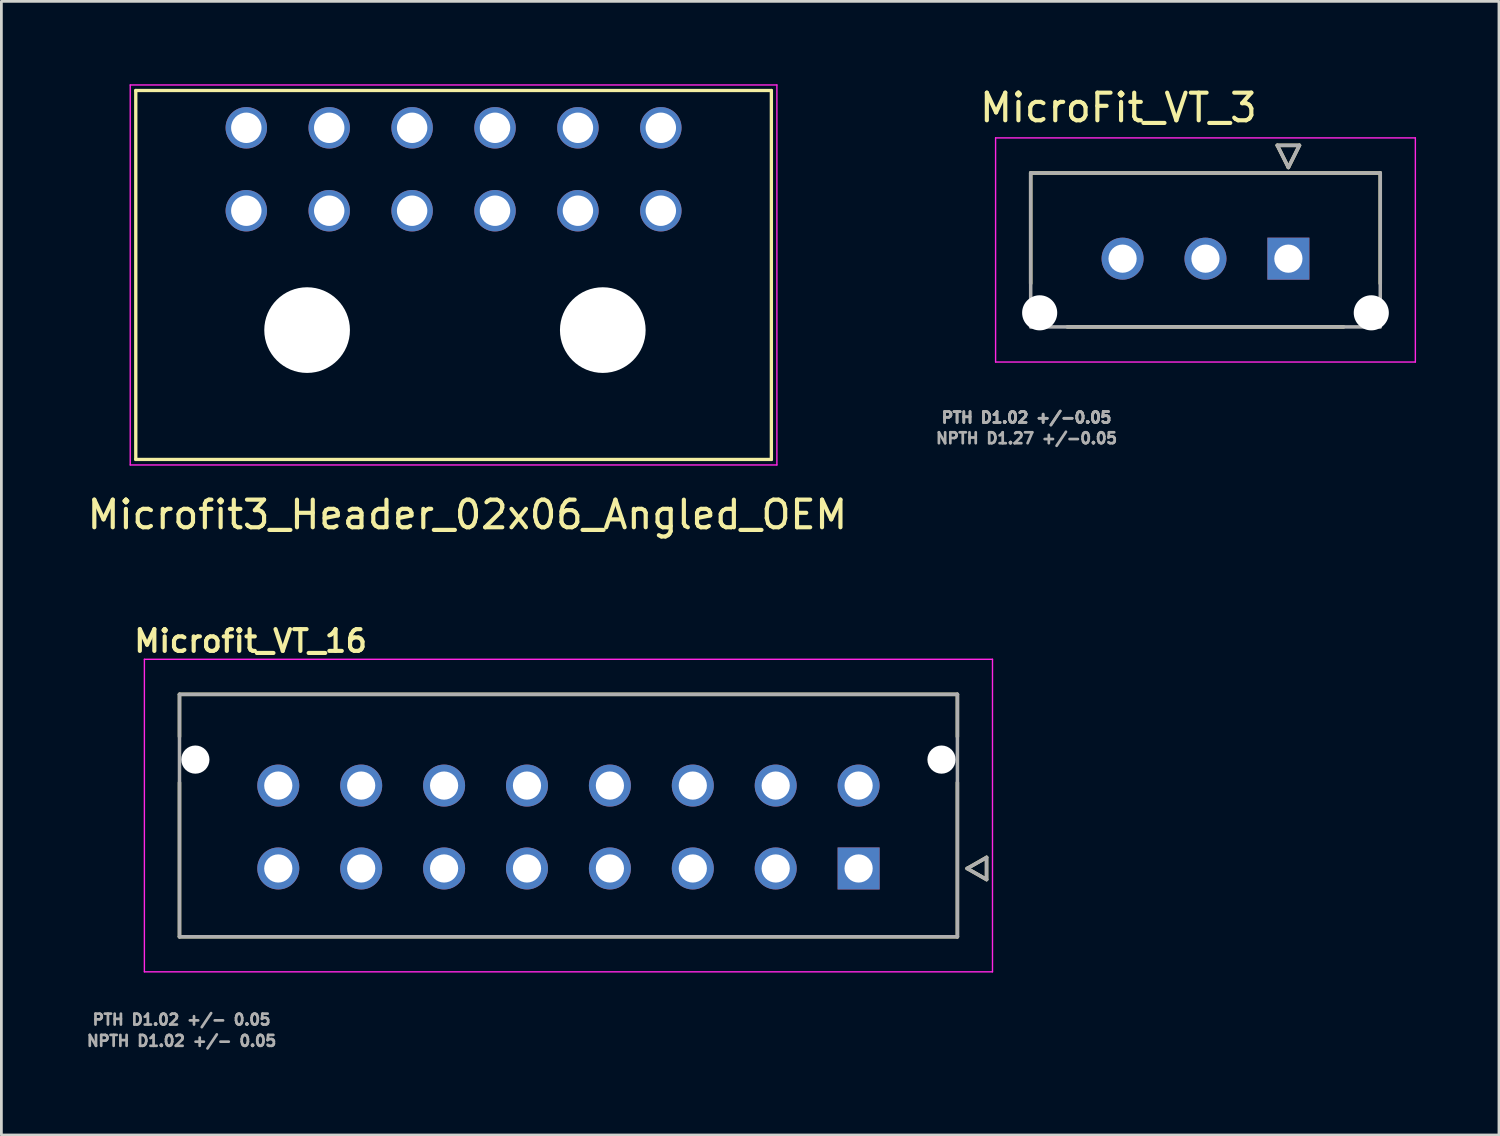
<source format=kicad_pcb>
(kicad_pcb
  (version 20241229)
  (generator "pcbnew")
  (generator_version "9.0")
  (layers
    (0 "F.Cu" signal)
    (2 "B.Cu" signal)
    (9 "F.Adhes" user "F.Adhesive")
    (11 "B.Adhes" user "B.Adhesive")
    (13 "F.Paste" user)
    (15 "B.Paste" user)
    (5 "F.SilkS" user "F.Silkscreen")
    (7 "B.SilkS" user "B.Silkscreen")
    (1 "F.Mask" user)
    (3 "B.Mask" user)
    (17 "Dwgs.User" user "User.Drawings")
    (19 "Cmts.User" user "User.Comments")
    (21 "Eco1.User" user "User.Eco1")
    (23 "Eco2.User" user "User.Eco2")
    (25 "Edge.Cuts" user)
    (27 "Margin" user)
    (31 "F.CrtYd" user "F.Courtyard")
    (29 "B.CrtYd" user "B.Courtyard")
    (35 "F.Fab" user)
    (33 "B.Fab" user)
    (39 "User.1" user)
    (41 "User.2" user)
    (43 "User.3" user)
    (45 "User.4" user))
  (footprint "MicroFit_VT_3"
    (layer "F.Cu")
    (at 43.572 6.31)
    (property "Reference" "MicroFit_VT_3" (at -6.15 -5.462 0) (layer "F.SilkS") (effects (font (size 1 1) (thickness 0.15))))
    (attr through_hole)
    (fp_circle (center -9 1.96) (end -8.644 1.96) (stroke (width 0.711) (type solid)) (fill no) (layer "F.Mask"))
    (fp_circle (center -6 0) (end -5.582 0) (stroke (width 0.836) (type solid)) (fill no) (layer "F.Mask"))
    (fp_circle (center -3 0) (end -2.582 0) (stroke (width 0.836) (type solid)) (fill no) (layer "F.Mask"))
    (fp_circle (center 3 1.96) (end 3.356 1.96) (stroke (width 0.711) (type solid)) (fill no) (layer "F.Mask"))
    (fp_poly (pts (xy -0.836 -0.836) (xy 0.836 -0.836) (xy 0.836 0.836) (xy -0.836 0.836)) (stroke (width 0.01) (type solid)) (fill yes) (layer "F.Mask"))
    (fp_circle (center -9 1.96) (end -8.644 1.96) (stroke (width 0.711) (type solid)) (fill no) (layer "B.Mask"))
    (fp_circle (center -6 0) (end -5.582 0) (stroke (width 0.836) (type solid)) (fill no) (layer "B.Mask"))
    (fp_circle (center -3 0) (end -2.582 0) (stroke (width 0.836) (type solid)) (fill no) (layer "B.Mask"))
    (fp_circle (center 3 1.96) (end 3.356 1.96) (stroke (width 0.711) (type solid)) (fill no) (layer "B.Mask"))
    (fp_poly (pts (xy -0.836 -0.836) (xy 0.836 -0.836) (xy 0.836 0.836) (xy -0.836 0.836)) (stroke (width 0.01) (type solid)) (fill yes) (layer "B.Mask"))
    (fp_line (start -9.325 -3.1) (end -9.325 0.9) (stroke (width 0.127) (type solid)) (layer "F.SilkS"))
    (fp_line (start -9.325 -3.1) (end 3.325 -3.1) (stroke (width 0.127) (type solid)) (layer "F.SilkS"))
    (fp_line (start -0.4 -4.1) (end 0.4 -4.1) (stroke (width 0.127) (type solid)) (layer "F.SilkS"))
    (fp_line (start 0 -3.3) (end -0.4 -4.1) (stroke (width 0.127) (type solid)) (layer "F.SilkS"))
    (fp_line (start 0.4 -4.1) (end 0 -3.3) (stroke (width 0.127) (type solid)) (layer "F.SilkS"))
    (fp_line (start 2 2.47) (end -8 2.47) (stroke (width 0.127) (type solid)) (layer "F.SilkS"))
    (fp_line (start 3.325 -3.1) (end 3.325 0.9) (stroke (width 0.127) (type solid)) (layer "F.SilkS"))
    (fp_line (start -10.595 -4.37) (end 4.595 -4.37) (stroke (width 0.05) (type solid)) (layer "F.CrtYd"))
    (fp_line (start -10.595 3.74) (end -10.595 -4.37) (stroke (width 0.05) (type solid)) (layer "F.CrtYd"))
    (fp_line (start 4.595 3.74) (end -10.595 3.74) (stroke (width 0.05) (type solid)) (layer "F.CrtYd"))
    (fp_line (start 4.595 3.74) (end 4.595 -4.37) (stroke (width 0.05) (type solid)) (layer "F.CrtYd"))
    (fp_line (start -9.325 -3.1) (end 3.325 -3.1) (stroke (width 0.127) (type solid)) (layer "F.Fab"))
    (fp_line (start -9.325 2.47) (end -9.325 -3.1) (stroke (width 0.127) (type solid)) (layer "F.Fab"))
    (fp_line (start -0.4 -4.1) (end 0.4 -4.1) (stroke (width 0.127) (type solid)) (layer "F.Fab"))
    (fp_line (start 0 -3.3) (end -0.4 -4.1) (stroke (width 0.127) (type solid)) (layer "F.Fab"))
    (fp_line (start 0.4 -4.1) (end 0 -3.3) (stroke (width 0.127) (type solid)) (layer "F.Fab"))
    (fp_line (start 3.325 2.47) (end -9.325 2.47) (stroke (width 0.127) (type solid)) (layer "F.Fab"))
    (fp_line (start 3.325 2.47) (end 3.325 -3.1) (stroke (width 0.127) (type solid)) (layer "F.Fab"))
    (fp_text user "PTH D1.02 +/-0.05 " (at -9.325 5.75 0) (layer "F.Fab") (effects (font (size 0.394 0.394) (thickness 0.15))))
    (fp_text user "NPTH D1.27 +/-0.05 " (at -9.325 6.5 0) (layer "F.Fab") (effects (font (size 0.394 0.394) (thickness 0.15))))
    (fp_text user "PTH D1.02 +/-0.05 " (at -9.325 5.75 0) (layer "F.Fab") (effects (font (size 0.394 0.394) (thickness 0.15))))
    (pad "" np_thru_hole circle (at -9 1.96) (size 1.27 1.27) (drill 1.27) (layers "*.Cu" "*.Mask"))
    (pad "" np_thru_hole circle (at 3 1.96) (size 1.27 1.27) (drill 1.27) (layers "*.Cu" "*.Mask"))
    (pad "1" thru_hole rect (at 0 0) (size 1.52 1.52) (drill 1.02) (layers "*.Cu"))
    (pad "2" thru_hole circle (at -3 0) (size 1.52 1.52) (drill 1.02) (layers "*.Cu"))
    (pad "3" thru_hole circle (at -6 0) (size 1.52 1.52) (drill 1.02) (layers "*.Cu")))
  (footprint "Microfit3_Header_02x06_Angled_OEM"
    (layer "F.Cu")
    (at 20.863 4.575)
    (property "Reference" "Microfit3_Header_02x06_Angled_OEM" (at -7 11 0) (layer "F.SilkS") (effects (font (size 1 1) (thickness 0.15))))
    (attr through_hole)
    (fp_line (start -19 -4.35) (end 4 -4.35) (stroke (width 0.12) (type solid)) (layer "F.SilkS"))
    (fp_line (start -19 9) (end -19 -4.35) (stroke (width 0.12) (type solid)) (layer "F.SilkS"))
    (fp_line (start 4 -4.35) (end 4 9) (stroke (width 0.12) (type solid)) (layer "F.SilkS"))
    (fp_line (start 4 9) (end -19 9) (stroke (width 0.12) (type solid)) (layer "F.SilkS"))
    (fp_line (start -19.2 -4.55) (end -19.2 9.2) (stroke (width 0.05) (type solid)) (layer "F.CrtYd"))
    (fp_line (start -19.2 9.2) (end 4.2 9.2) (stroke (width 0.05) (type solid)) (layer "F.CrtYd"))
    (fp_line (start 4.2 -4.55) (end -19.2 -4.55) (stroke (width 0.05) (type solid)) (layer "F.CrtYd"))
    (fp_line (start 4.2 9.2) (end 4.2 -4.55) (stroke (width 0.05) (type solid)) (layer "F.CrtYd"))
    (pad "" np_thru_hole circle (at -12.8 4.32) (size 3.1 3.1) (drill 3.1) (layers "*.Cu" "*.Mask"))
    (pad "" np_thru_hole circle (at -2.1 4.32) (size 3.1 3.1) (drill 3.1) (layers "*.Cu" "*.Mask"))
    (pad "1" thru_hole circle (at 0 0) (size 1.5 1.5) (drill 1.1) (layers "*.Cu" "*.Mask"))
    (pad "2" thru_hole circle (at -3 0) (size 1.5 1.5) (drill 1.1) (layers "*.Cu" "*.Mask"))
    (pad "3" thru_hole circle (at -6 0) (size 1.5 1.5) (drill 1.1) (layers "*.Cu" "*.Mask"))
    (pad "4" thru_hole circle (at -9 0) (size 1.5 1.5) (drill 1.1) (layers "*.Cu" "*.Mask"))
    (pad "5" thru_hole circle (at -12 0) (size 1.5 1.5) (drill 1.1) (layers "*.Cu" "*.Mask"))
    (pad "6" thru_hole circle (at -15 0) (size 1.5 1.5) (drill 1.1) (layers "*.Cu" "*.Mask"))
    (pad "7" thru_hole circle (at 0 -3) (size 1.5 1.5) (drill 1.1) (layers "*.Cu" "*.Mask"))
    (pad "8" thru_hole circle (at -3 -3) (size 1.5 1.5) (drill 1.1) (layers "*.Cu" "*.Mask"))
    (pad "9" thru_hole circle (at -6 -3) (size 1.5 1.5) (drill 1.1) (layers "*.Cu" "*.Mask"))
    (pad "10" thru_hole circle (at -9 -3) (size 1.5 1.5) (drill 1.1) (layers "*.Cu" "*.Mask"))
    (pad "11" thru_hole circle (at -12 -3) (size 1.5 1.5) (drill 1.1) (layers "*.Cu" "*.Mask"))
    (pad "12" thru_hole circle (at -15 -3) (size 1.5 1.5) (drill 1.1) (layers "*.Cu" "*.Mask")))
  (footprint "Microfit_VT_16"
    (layer "F.Cu")
    (at 28.02 28.377)
    (property "Reference" "Microfit_VT_16" (at -22 -8.23 0) (layer "F.SilkS") (effects (font (size 0.787 0.787) (thickness 0.15))))
    (attr through_hole)
    (fp_circle (center -24 -3.94) (end -23.707 -3.94) (stroke (width 0.586) (type solid)) (fill no) (layer "F.Mask"))
    (fp_circle (center -21 -3) (end -20.582 -3) (stroke (width 0.836) (type solid)) (fill no) (layer "F.Mask"))
    (fp_circle (center -21 0) (end -20.582 0) (stroke (width 0.836) (type solid)) (fill no) (layer "F.Mask"))
    (fp_circle (center -18 -3) (end -17.582 -3) (stroke (width 0.836) (type solid)) (fill no) (layer "F.Mask"))
    (fp_circle (center -18 0) (end -17.582 0) (stroke (width 0.836) (type solid)) (fill no) (layer "F.Mask"))
    (fp_circle (center -15 -3) (end -14.582 -3) (stroke (width 0.836) (type solid)) (fill no) (layer "F.Mask"))
    (fp_circle (center -15 0) (end -14.582 0) (stroke (width 0.836) (type solid)) (fill no) (layer "F.Mask"))
    (fp_circle (center -12 -3) (end -11.582 -3) (stroke (width 0.836) (type solid)) (fill no) (layer "F.Mask"))
    (fp_circle (center -12 0) (end -11.582 0) (stroke (width 0.836) (type solid)) (fill no) (layer "F.Mask"))
    (fp_circle (center -9 -3) (end -8.582 -3) (stroke (width 0.836) (type solid)) (fill no) (layer "F.Mask"))
    (fp_circle (center -9 0) (end -8.582 0) (stroke (width 0.836) (type solid)) (fill no) (layer "F.Mask"))
    (fp_circle (center -6 -3) (end -5.582 -3) (stroke (width 0.836) (type solid)) (fill no) (layer "F.Mask"))
    (fp_circle (center -6 0) (end -5.582 0) (stroke (width 0.836) (type solid)) (fill no) (layer "F.Mask"))
    (fp_circle (center -3 -3) (end -2.582 -3) (stroke (width 0.836) (type solid)) (fill no) (layer "F.Mask"))
    (fp_circle (center -3 0) (end -2.582 0) (stroke (width 0.836) (type solid)) (fill no) (layer "F.Mask"))
    (fp_circle (center 0 -3) (end 0.418 -3) (stroke (width 0.836) (type solid)) (fill no) (layer "F.Mask"))
    (fp_circle (center 3 -3.94) (end 3.293 -3.94) (stroke (width 0.586) (type solid)) (fill no) (layer "F.Mask"))
    (fp_poly (pts (xy -0.836 -0.836) (xy 0.836 -0.836) (xy 0.836 0.836) (xy -0.836 0.836)) (stroke (width 0.01) (type solid)) (fill yes) (layer "F.Mask"))
    (fp_circle (center -24 -3.94) (end -23.707 -3.94) (stroke (width 0.586) (type solid)) (fill no) (layer "B.Mask"))
    (fp_circle (center -21 -3) (end -20.582 -3) (stroke (width 0.836) (type solid)) (fill no) (layer "B.Mask"))
    (fp_circle (center -21 0) (end -20.582 0) (stroke (width 0.836) (type solid)) (fill no) (layer "B.Mask"))
    (fp_circle (center -18 -3) (end -17.582 -3) (stroke (width 0.836) (type solid)) (fill no) (layer "B.Mask"))
    (fp_circle (center -18 0) (end -17.582 0) (stroke (width 0.836) (type solid)) (fill no) (layer "B.Mask"))
    (fp_circle (center -15 -3) (end -14.582 -3) (stroke (width 0.836) (type solid)) (fill no) (layer "B.Mask"))
    (fp_circle (center -15 0) (end -14.582 0) (stroke (width 0.836) (type solid)) (fill no) (layer "B.Mask"))
    (fp_circle (center -12 -3) (end -11.582 -3) (stroke (width 0.836) (type solid)) (fill no) (layer "B.Mask"))
    (fp_circle (center -12 -3) (end -11.582 -3) (stroke (width 0.836) (type solid)) (fill no) (layer "B.Mask"))
    (fp_circle (center -12 0) (end -11.582 0) (stroke (width 0.836) (type solid)) (fill no) (layer "B.Mask"))
    (fp_circle (center -9 -3) (end -8.582 -3) (stroke (width 0.836) (type solid)) (fill no) (layer "B.Mask"))
    (fp_circle (center -9 0) (end -8.582 0) (stroke (width 0.836) (type solid)) (fill no) (layer "B.Mask"))
    (fp_circle (center -6 -3) (end -5.582 -3) (stroke (width 0.836) (type solid)) (fill no) (layer "B.Mask"))
    (fp_circle (center -6 0) (end -5.582 0) (stroke (width 0.836) (type solid)) (fill no) (layer "B.Mask"))
    (fp_circle (center -3 -3) (end -2.582 -3) (stroke (width 0.836) (type solid)) (fill no) (layer "B.Mask"))
    (fp_circle (center -3 0) (end -2.582 0) (stroke (width 0.836) (type solid)) (fill no) (layer "B.Mask"))
    (fp_circle (center 0 -3) (end 0.418 -3) (stroke (width 0.836) (type solid)) (fill no) (layer "B.Mask"))
    (fp_circle (center 3 -3.94) (end 3.293 -3.94) (stroke (width 0.586) (type solid)) (fill no) (layer "B.Mask"))
    (fp_poly (pts (xy -0.836 -0.836) (xy 0.836 -0.836) (xy 0.836 0.836) (xy -0.836 0.836)) (stroke (width 0.01) (type solid)) (fill yes) (layer "B.Mask"))
    (fp_line (start -24.575 -6.3) (end 3.575 -6.3) (stroke (width 0.127) (type solid)) (layer "F.SilkS"))
    (fp_line (start -24.575 -4.77) (end -24.575 -6.3) (stroke (width 0.127) (type solid)) (layer "F.SilkS"))
    (fp_line (start -24.575 2.47) (end -24.575 -3.11) (stroke (width 0.127) (type solid)) (layer "F.SilkS"))
    (fp_line (start 3.575 -6.3) (end 3.575 -4.77) (stroke (width 0.127) (type solid)) (layer "F.SilkS"))
    (fp_line (start 3.575 -3.11) (end 3.575 2.47) (stroke (width 0.127) (type solid)) (layer "F.SilkS"))
    (fp_line (start 3.575 2.47) (end -24.575 2.47) (stroke (width 0.127) (type solid)) (layer "F.SilkS"))
    (fp_line (start 3.93 0) (end 4.63 0.4) (stroke (width 0.127) (type solid)) (layer "F.SilkS"))
    (fp_line (start 4.63 -0.4) (end 3.93 0) (stroke (width 0.127) (type solid)) (layer "F.SilkS"))
    (fp_line (start 4.63 0.4) (end 4.63 -0.4) (stroke (width 0.127) (type solid)) (layer "F.SilkS"))
    (fp_line (start -25.845 -7.57) (end 4.845 -7.57) (stroke (width 0.05) (type solid)) (layer "F.CrtYd"))
    (fp_line (start -25.845 3.74) (end -25.845 -7.57) (stroke (width 0.05) (type solid)) (layer "F.CrtYd"))
    (fp_line (start 4.845 -7.57) (end 4.845 3.74) (stroke (width 0.05) (type solid)) (layer "F.CrtYd"))
    (fp_line (start 4.845 3.74) (end -25.845 3.74) (stroke (width 0.05) (type solid)) (layer "F.CrtYd"))
    (fp_line (start -24.575 -6.3) (end -24.575 2.47) (stroke (width 0.127) (type solid)) (layer "F.Fab"))
    (fp_line (start -24.575 2.47) (end 3.575 2.47) (stroke (width 0.127) (type solid)) (layer "F.Fab"))
    (fp_line (start 3.575 -6.3) (end -24.575 -6.3) (stroke (width 0.127) (type solid)) (layer "F.Fab"))
    (fp_line (start 3.575 2.47) (end 3.575 -6.3) (stroke (width 0.127) (type solid)) (layer "F.Fab"))
    (fp_line (start 3.93 0) (end 4.63 0.4) (stroke (width 0.127) (type solid)) (layer "F.Fab"))
    (fp_line (start 4.63 -0.4) (end 3.93 0) (stroke (width 0.127) (type solid)) (layer "F.Fab"))
    (fp_line (start 4.63 0.4) (end 4.63 -0.4) (stroke (width 0.127) (type solid)) (layer "F.Fab"))
    (fp_text user "PTH D1.02 +/- 0.05" (at -24.5 5.47 0) (layer "F.Fab") (effects (font (size 0.394 0.394) (thickness 0.15))))
    (fp_text user "NPTH D1.02 +/- 0.05" (at -24.5 6.24 0) (layer "F.Fab") (effects (font (size 0.394 0.394) (thickness 0.15))))
    (pad "" np_thru_hole circle (at -24 -3.94) (size 1.02 1.02) (drill 1.02) (layers "*.Cu" "*.Mask"))
    (pad "" np_thru_hole circle (at 3 -3.94) (size 1.02 1.02) (drill 1.02) (layers "*.Cu" "*.Mask"))
    (pad "1" thru_hole rect (at 0 0) (size 1.52 1.52) (drill 1.02) (layers "*.Cu"))
    (pad "2" thru_hole circle (at -3 0) (size 1.52 1.52) (drill 1.02) (layers "*.Cu"))
    (pad "3" thru_hole circle (at -6 0) (size 1.52 1.52) (drill 1.02) (layers "*.Cu"))
    (pad "4" thru_hole circle (at -9 0) (size 1.52 1.52) (drill 1.02) (layers "*.Cu"))
    (pad "5" thru_hole circle (at -12 0) (size 1.52 1.52) (drill 1.02) (layers "*.Cu"))
    (pad "6" thru_hole circle (at -15 0) (size 1.52 1.52) (drill 1.02) (layers "*.Cu"))
    (pad "7" thru_hole circle (at -18 0) (size 1.52 1.52) (drill 1.02) (layers "*.Cu"))
    (pad "8" thru_hole circle (at -21 0) (size 1.52 1.52) (drill 1.02) (layers "*.Cu"))
    (pad "9" thru_hole circle (at 0 -3) (size 1.52 1.52) (drill 1.02) (layers "*.Cu"))
    (pad "10" thru_hole circle (at -3 -3) (size 1.52 1.52) (drill 1.02) (layers "*.Cu"))
    (pad "11" thru_hole circle (at -6 -3) (size 1.52 1.52) (drill 1.02) (layers "*.Cu"))
    (pad "12" thru_hole circle (at -9 -3) (size 1.52 1.52) (drill 1.02) (layers "*.Cu"))
    (pad "13" thru_hole circle (at -12 -3) (size 1.52 1.52) (drill 1.02) (layers "*.Cu"))
    (pad "14" thru_hole circle (at -15 -3) (size 1.52 1.52) (drill 1.02) (layers "*.Cu"))
    (pad "15" thru_hole circle (at -18 -3) (size 1.52 1.52) (drill 1.02) (layers "*.Cu"))
    (pad "16" thru_hole circle (at -21 -3) (size 1.52 1.52) (drill 1.02) (layers "*.Cu")))
  (gr_rect
    (start -3 -3)
    (end 51.192 38.02)
    (stroke (width 0.1) (type default))
    (fill no)
    (layer "Edge.Cuts")))
</source>
